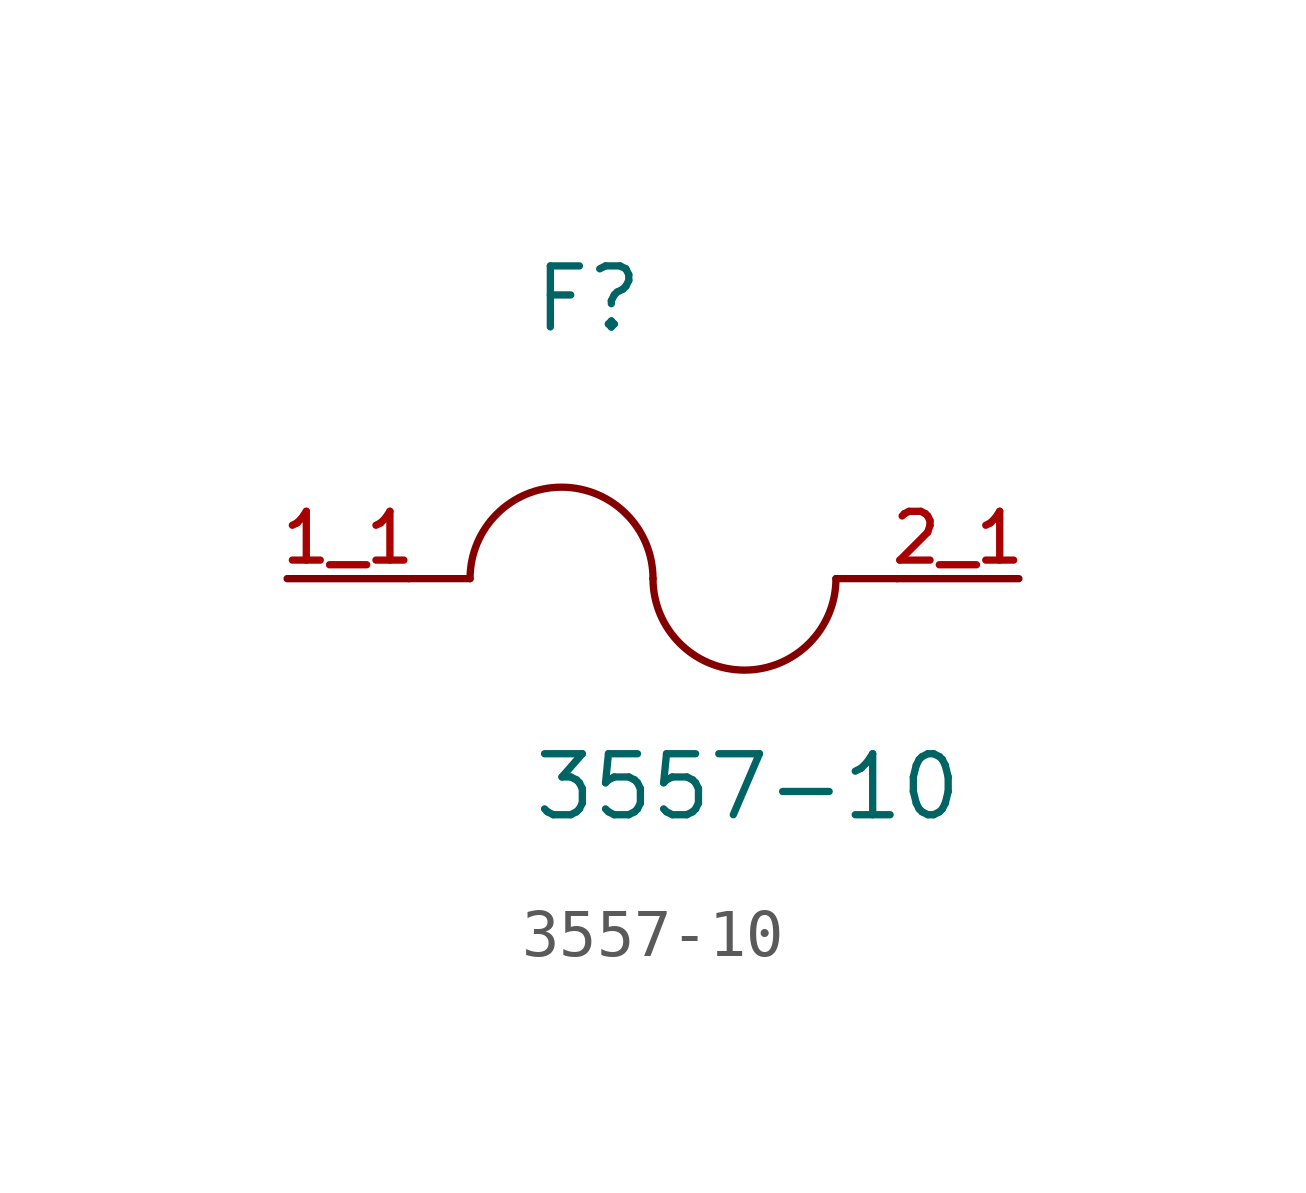
<source format=kicad_sym>
(kicad_symbol_lib
  (version 20211014)
  (generator kicad_symbol_editor)
  (symbol "3557-10"
    (pin_names
      (offset 1.016))
    (property "Reference" "F"
      (at -2.54 5.08 0)
      (effects (font (size 1.27 1.27)) (justify bottom left)))
    (property "Value" "3557-10"
      (at -2.54 -5.08 0)
      (effects (font (size 1.27 1.27)) (justify bottom left)))
    (symbol "3557-10_0_0"
      (arc (start 0.0 0.0) (mid -1.905 1.905) (end -3.81 0.0) (stroke (width 0.1524) (type default) (color 0 0 0 0)) (fill (type none)))
      (arc (start 3.81 0.0) (mid 1.905 -1.905) (end 0.0 0.0) (stroke (width 0.1524) (type default) (color 0 0 0 0)) (fill (type none)))
      (polyline (pts (xy 5.08 0.0) (xy 3.81 0.0)) (stroke (width 0.152)))
      (polyline (pts (xy -5.08 0.0) (xy -3.81 0.0)) (stroke (width 0.152)))
      (pin passive line (at -7.62 0.0 0) (length 2.54) (name "~" (effects (font (size 1.016 1.016)))) (number "1_1" (effects (font (size 1.016 1.016)))))
      (pin passive line (at 7.62 0.0 180.0) (length 2.54) (name "~" (effects (font (size 1.016 1.016)))) (number "2_1" (effects (font (size 1.016 1.016))))))))
</source>
